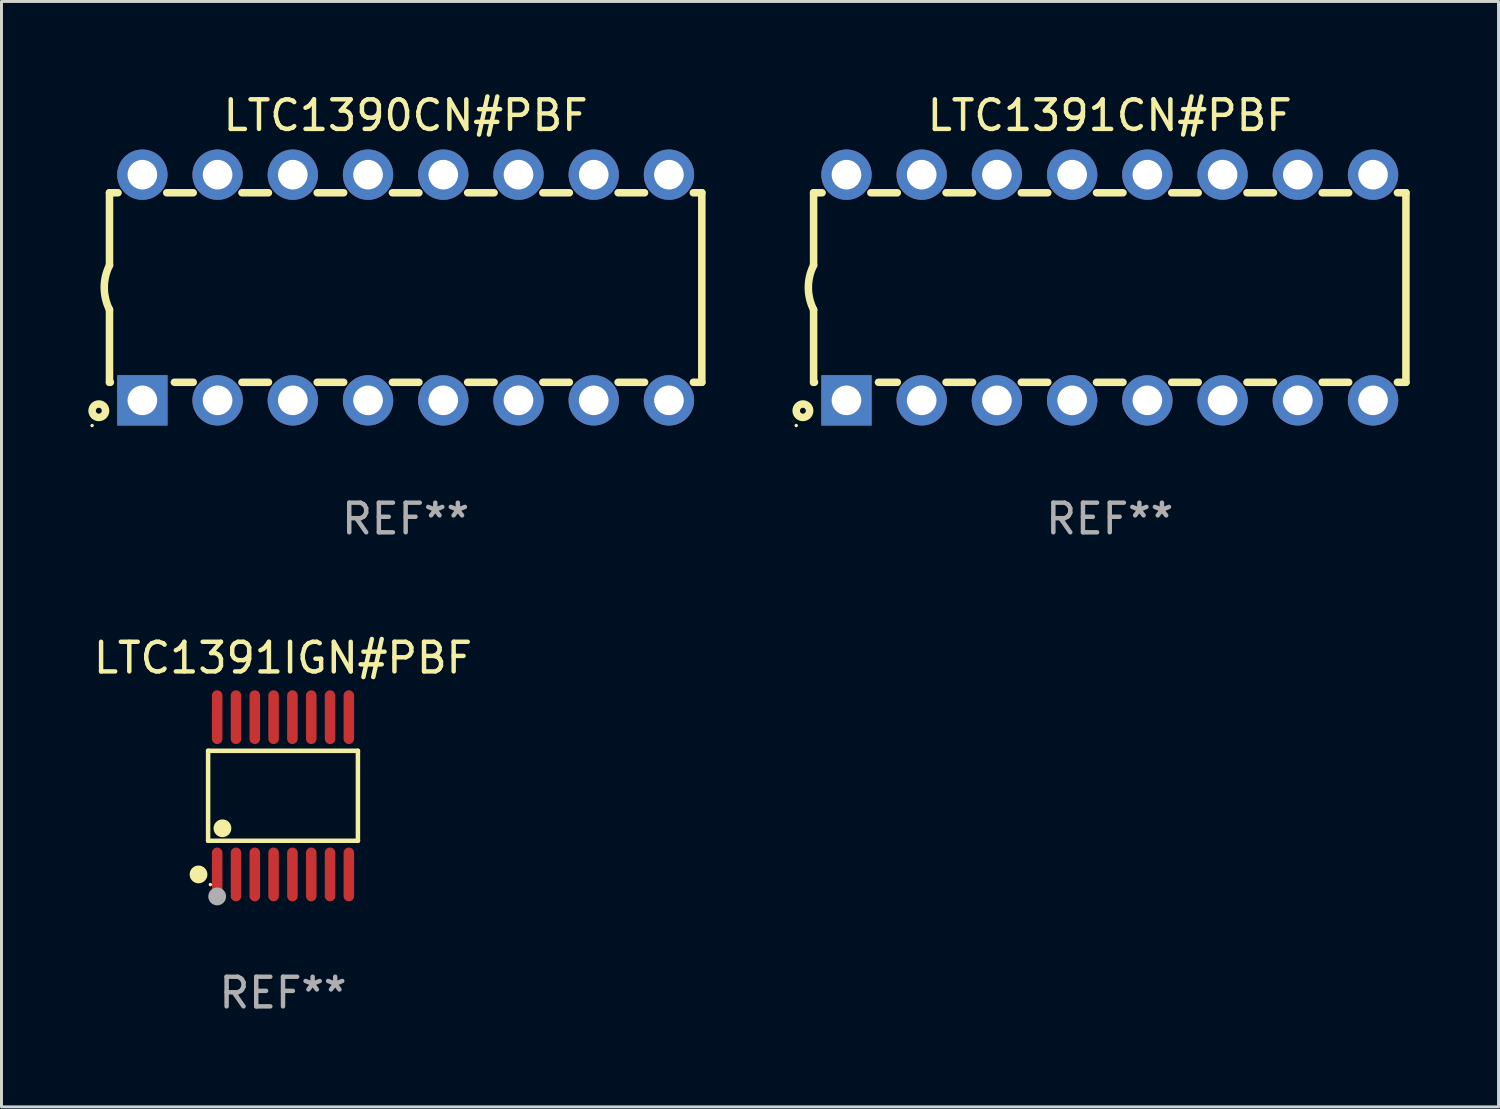
<source format=kicad_pcb>
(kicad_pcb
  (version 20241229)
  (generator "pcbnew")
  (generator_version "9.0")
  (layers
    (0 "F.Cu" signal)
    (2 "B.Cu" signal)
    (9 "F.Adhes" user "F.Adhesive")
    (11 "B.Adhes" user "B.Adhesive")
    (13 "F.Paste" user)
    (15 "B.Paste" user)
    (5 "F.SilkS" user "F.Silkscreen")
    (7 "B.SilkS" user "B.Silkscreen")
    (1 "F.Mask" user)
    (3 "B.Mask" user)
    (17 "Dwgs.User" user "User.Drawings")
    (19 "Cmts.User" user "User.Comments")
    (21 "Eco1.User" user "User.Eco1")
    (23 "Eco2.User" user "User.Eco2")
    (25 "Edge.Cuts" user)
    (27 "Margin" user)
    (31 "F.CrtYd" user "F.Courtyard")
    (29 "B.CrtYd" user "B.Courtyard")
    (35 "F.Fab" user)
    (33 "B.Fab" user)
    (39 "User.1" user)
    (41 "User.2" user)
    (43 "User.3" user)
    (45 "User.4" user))
  (footprint "LTC1390CN#PBF"
    (layer "F.Cu")
    (at 10.647 6.658)
    (property "Reference" "LTC1390CN#PBF" (at 0 -5.81 0) (layer "F.SilkS") (effects (font (size 1 1) (thickness 0.15))))
    (attr through_hole)
    (fp_line (start -10 -3.2) (end -10 -0.75) (stroke (width 0.254) (type solid)) (layer "F.SilkS"))
    (fp_line (start -10 -3.2) (end -9.713 -3.2) (stroke (width 0.254) (type solid)) (layer "F.SilkS"))
    (fp_line (start -10 3.2) (end -10 0.75) (stroke (width 0.254) (type solid)) (layer "F.SilkS"))
    (fp_line (start -10 3.2) (end -9.971 3.2) (stroke (width 0.254) (type solid)) (layer "F.SilkS"))
    (fp_line (start -8.067 -3.2) (end -7.173 -3.2) (stroke (width 0.254) (type solid)) (layer "F.SilkS"))
    (fp_line (start -7.809 3.2) (end -7.173 3.2) (stroke (width 0.254) (type solid)) (layer "F.SilkS"))
    (fp_line (start -5.527 3.2) (end -4.633 3.2) (stroke (width 0.254) (type solid)) (layer "F.SilkS"))
    (fp_line (start -5.527 -3.2) (end -4.633 -3.2) (stroke (width 0.254) (type solid)) (layer "F.SilkS"))
    (fp_line (start -2.987 3.2) (end -2.093 3.2) (stroke (width 0.254) (type solid)) (layer "F.SilkS"))
    (fp_line (start -2.987 -3.2) (end -2.093 -3.2) (stroke (width 0.254) (type solid)) (layer "F.SilkS"))
    (fp_line (start -0.447 3.2) (end 0.447 3.2) (stroke (width 0.254) (type solid)) (layer "F.SilkS"))
    (fp_line (start -0.447 -3.2) (end 0.447 -3.2) (stroke (width 0.254) (type solid)) (layer "F.SilkS"))
    (fp_line (start 2.093 3.2) (end 2.987 3.2) (stroke (width 0.254) (type solid)) (layer "F.SilkS"))
    (fp_line (start 2.093 -3.2) (end 2.987 -3.2) (stroke (width 0.254) (type solid)) (layer "F.SilkS"))
    (fp_line (start 4.633 3.2) (end 5.527 3.2) (stroke (width 0.254) (type solid)) (layer "F.SilkS"))
    (fp_line (start 4.633 -3.2) (end 5.527 -3.2) (stroke (width 0.254) (type solid)) (layer "F.SilkS"))
    (fp_line (start 7.173 3.2) (end 8.067 3.2) (stroke (width 0.254) (type solid)) (layer "F.SilkS"))
    (fp_line (start 7.173 -3.2) (end 8.067 -3.2) (stroke (width 0.254) (type solid)) (layer "F.SilkS"))
    (fp_line (start 9.713 3.2) (end 10 3.2) (stroke (width 0.254) (type solid)) (layer "F.SilkS"))
    (fp_line (start 9.713 -3.2) (end 10 -3.2) (stroke (width 0.254) (type solid)) (layer "F.SilkS"))
    (fp_line (start 10 -3.2) (end 10 3.2) (stroke (width 0.254) (type solid)) (layer "F.SilkS"))
    (fp_arc (start -10 0.748793) (mid -10.176918 -0.000607) (end -10.000025 -0.750013) (stroke (width 0.254001) (type solid)) (layer "F.SilkS"))
    (fp_circle (center -10.587 4.66) (end -10.557 4.66) (stroke (width 0.06) (type solid)) (fill no) (layer "F.SilkS"))
    (fp_circle (center -10.36 4.16) (end -10.26 4.16) (stroke (width 0.254) (type solid)) (fill no) (layer "F.SilkS"))
    (fp_text user "REF**" (at 0 7.81 0) (layer "F.Fab") (effects (font (size 1 1) (thickness 0.15))))
    (pad "1" thru_hole rect (at -8.89 3.81 90) (size 1.7 1.7) (drill 1) (layers "*.Cu" "*.Mask"))
    (pad "2" thru_hole circle (at -6.35 3.81) (size 1.7 1.7) (drill 1) (layers "*.Cu" "*.Mask"))
    (pad "3" thru_hole circle (at -3.81 3.81) (size 1.7 1.7) (drill 1) (layers "*.Cu" "*.Mask"))
    (pad "4" thru_hole circle (at -1.27 3.81) (size 1.7 1.7) (drill 1) (layers "*.Cu" "*.Mask"))
    (pad "5" thru_hole circle (at 1.27 3.81) (size 1.7 1.7) (drill 1) (layers "*.Cu" "*.Mask"))
    (pad "6" thru_hole circle (at 3.81 3.81) (size 1.7 1.7) (drill 1) (layers "*.Cu" "*.Mask"))
    (pad "7" thru_hole circle (at 6.35 3.81) (size 1.7 1.7) (drill 1) (layers "*.Cu" "*.Mask"))
    (pad "8" thru_hole circle (at 8.89 3.81) (size 1.7 1.7) (drill 1) (layers "*.Cu" "*.Mask"))
    (pad "9" thru_hole circle (at 8.89 -3.81) (size 1.7 1.7) (drill 1) (layers "*.Cu" "*.Mask"))
    (pad "10" thru_hole circle (at 6.35 -3.81) (size 1.7 1.7) (drill 1) (layers "*.Cu" "*.Mask"))
    (pad "11" thru_hole circle (at 3.81 -3.81) (size 1.7 1.7) (drill 1) (layers "*.Cu" "*.Mask"))
    (pad "12" thru_hole circle (at 1.27 -3.81) (size 1.7 1.7) (drill 1) (layers "*.Cu" "*.Mask"))
    (pad "13" thru_hole circle (at -1.27 -3.81) (size 1.7 1.7) (drill 1) (layers "*.Cu" "*.Mask"))
    (pad "14" thru_hole circle (at -3.81 -3.81) (size 1.7 1.7) (drill 1) (layers "*.Cu" "*.Mask"))
    (pad "15" thru_hole circle (at -6.35 -3.81) (size 1.7 1.7) (drill 1) (layers "*.Cu" "*.Mask"))
    (pad "16" thru_hole circle (at -8.89 -3.81) (size 1.7 1.7) (drill 1) (layers "*.Cu" "*.Mask")))
  (footprint "LTC1391CN#PBF"
    (layer "F.Cu")
    (at 34.421 6.658)
    (property "Reference" "LTC1391CN#PBF" (at 0 -5.81 0) (layer "F.SilkS") (effects (font (size 1 1) (thickness 0.15))))
    (attr through_hole)
    (fp_line (start -10 -3.2) (end -10 -0.75) (stroke (width 0.254) (type solid)) (layer "F.SilkS"))
    (fp_line (start -10 -3.2) (end -9.713 -3.2) (stroke (width 0.254) (type solid)) (layer "F.SilkS"))
    (fp_line (start -10 3.2) (end -10 0.75) (stroke (width 0.254) (type solid)) (layer "F.SilkS"))
    (fp_line (start -10 3.2) (end -9.971 3.2) (stroke (width 0.254) (type solid)) (layer "F.SilkS"))
    (fp_line (start -8.067 -3.2) (end -7.173 -3.2) (stroke (width 0.254) (type solid)) (layer "F.SilkS"))
    (fp_line (start -7.809 3.2) (end -7.173 3.2) (stroke (width 0.254) (type solid)) (layer "F.SilkS"))
    (fp_line (start -5.527 3.2) (end -4.633 3.2) (stroke (width 0.254) (type solid)) (layer "F.SilkS"))
    (fp_line (start -5.527 -3.2) (end -4.633 -3.2) (stroke (width 0.254) (type solid)) (layer "F.SilkS"))
    (fp_line (start -2.987 3.2) (end -2.093 3.2) (stroke (width 0.254) (type solid)) (layer "F.SilkS"))
    (fp_line (start -2.987 -3.2) (end -2.093 -3.2) (stroke (width 0.254) (type solid)) (layer "F.SilkS"))
    (fp_line (start -0.447 3.2) (end 0.447 3.2) (stroke (width 0.254) (type solid)) (layer "F.SilkS"))
    (fp_line (start -0.447 -3.2) (end 0.447 -3.2) (stroke (width 0.254) (type solid)) (layer "F.SilkS"))
    (fp_line (start 2.093 3.2) (end 2.987 3.2) (stroke (width 0.254) (type solid)) (layer "F.SilkS"))
    (fp_line (start 2.093 -3.2) (end 2.987 -3.2) (stroke (width 0.254) (type solid)) (layer "F.SilkS"))
    (fp_line (start 4.633 3.2) (end 5.527 3.2) (stroke (width 0.254) (type solid)) (layer "F.SilkS"))
    (fp_line (start 4.633 -3.2) (end 5.527 -3.2) (stroke (width 0.254) (type solid)) (layer "F.SilkS"))
    (fp_line (start 7.173 3.2) (end 8.067 3.2) (stroke (width 0.254) (type solid)) (layer "F.SilkS"))
    (fp_line (start 7.173 -3.2) (end 8.067 -3.2) (stroke (width 0.254) (type solid)) (layer "F.SilkS"))
    (fp_line (start 9.713 3.2) (end 10 3.2) (stroke (width 0.254) (type solid)) (layer "F.SilkS"))
    (fp_line (start 9.713 -3.2) (end 10 -3.2) (stroke (width 0.254) (type solid)) (layer "F.SilkS"))
    (fp_line (start 10 -3.2) (end 10 3.2) (stroke (width 0.254) (type solid)) (layer "F.SilkS"))
    (fp_arc (start -10 0.748793) (mid -10.176918 -0.000607) (end -10.000025 -0.750013) (stroke (width 0.254001) (type solid)) (layer "F.SilkS"))
    (fp_circle (center -10.587 4.66) (end -10.557 4.66) (stroke (width 0.06) (type solid)) (fill no) (layer "F.SilkS"))
    (fp_circle (center -10.36 4.16) (end -10.26 4.16) (stroke (width 0.254) (type solid)) (fill no) (layer "F.SilkS"))
    (fp_text user "REF**" (at 0 7.81 0) (layer "F.Fab") (effects (font (size 1 1) (thickness 0.15))))
    (pad "1" thru_hole rect (at -8.89 3.81 90) (size 1.7 1.7) (drill 1) (layers "*.Cu" "*.Mask"))
    (pad "2" thru_hole circle (at -6.35 3.81) (size 1.7 1.7) (drill 1) (layers "*.Cu" "*.Mask"))
    (pad "3" thru_hole circle (at -3.81 3.81) (size 1.7 1.7) (drill 1) (layers "*.Cu" "*.Mask"))
    (pad "4" thru_hole circle (at -1.27 3.81) (size 1.7 1.7) (drill 1) (layers "*.Cu" "*.Mask"))
    (pad "5" thru_hole circle (at 1.27 3.81) (size 1.7 1.7) (drill 1) (layers "*.Cu" "*.Mask"))
    (pad "6" thru_hole circle (at 3.81 3.81) (size 1.7 1.7) (drill 1) (layers "*.Cu" "*.Mask"))
    (pad "7" thru_hole circle (at 6.35 3.81) (size 1.7 1.7) (drill 1) (layers "*.Cu" "*.Mask"))
    (pad "8" thru_hole circle (at 8.89 3.81) (size 1.7 1.7) (drill 1) (layers "*.Cu" "*.Mask"))
    (pad "9" thru_hole circle (at 8.89 -3.81) (size 1.7 1.7) (drill 1) (layers "*.Cu" "*.Mask"))
    (pad "10" thru_hole circle (at 6.35 -3.81) (size 1.7 1.7) (drill 1) (layers "*.Cu" "*.Mask"))
    (pad "11" thru_hole circle (at 3.81 -3.81) (size 1.7 1.7) (drill 1) (layers "*.Cu" "*.Mask"))
    (pad "12" thru_hole circle (at 1.27 -3.81) (size 1.7 1.7) (drill 1) (layers "*.Cu" "*.Mask"))
    (pad "13" thru_hole circle (at -1.27 -3.81) (size 1.7 1.7) (drill 1) (layers "*.Cu" "*.Mask"))
    (pad "14" thru_hole circle (at -3.81 -3.81) (size 1.7 1.7) (drill 1) (layers "*.Cu" "*.Mask"))
    (pad "15" thru_hole circle (at -6.35 -3.81) (size 1.7 1.7) (drill 1) (layers "*.Cu" "*.Mask"))
    (pad "16" thru_hole circle (at -8.89 -3.81) (size 1.7 1.7) (drill 1) (layers "*.Cu" "*.Mask")))
  (footprint "LTC1391IGN#PBF"
    (layer "F.Cu")
    (at 6.506 23.82)
    (property "Reference" "LTC1391IGN#PBF" (at 0 -4.655 0) (layer "F.SilkS") (effects (font (size 1 1) (thickness 0.15))))
    (attr through_hole)
    (fp_line (start -2.529 -1.519) (end 2.529 -1.519) (stroke (width 0.152) (type solid)) (layer "F.SilkS"))
    (fp_line (start -2.529 1.519) (end -2.529 -1.519) (stroke (width 0.152) (type solid)) (layer "F.SilkS"))
    (fp_line (start 2.529 -1.519) (end 2.529 1.519) (stroke (width 0.152) (type solid)) (layer "F.SilkS"))
    (fp_line (start 2.529 1.519) (end -2.529 1.519) (stroke (width 0.152) (type solid)) (layer "F.SilkS"))
    (fp_circle (center -2.853 2.655) (end -2.703 2.655) (stroke (width 0.3) (type solid)) (fill no) (layer "F.SilkS"))
    (fp_circle (center -2.453 2.998) (end -2.423 2.998) (stroke (width 0.06) (type solid)) (fill no) (layer "F.SilkS"))
    (fp_circle (center -2.045 1.097) (end -1.895 1.097) (stroke (width 0.3) (type solid)) (fill no) (layer "F.SilkS"))
    (fp_circle (center -2.223 3.398) (end -2.072 3.398) (stroke (width 0.3) (type solid)) (fill no) (layer "F.Fab"))
    (fp_text user "REF**" (at 0 6.655 0) (layer "F.Fab") (effects (font (size 1 1) (thickness 0.15))))
    (pad "1" smd oval (at -2.223 2.655) (size 0.356 1.815) (layers "F.Cu" "F.Mask" "F.Paste"))
    (pad "2" smd oval (at -1.588 2.655) (size 0.356 1.815) (layers "F.Cu" "F.Mask" "F.Paste"))
    (pad "3" smd oval (at -0.953 2.655) (size 0.356 1.815) (layers "F.Cu" "F.Mask" "F.Paste"))
    (pad "4" smd oval (at -0.318 2.655) (size 0.356 1.815) (layers "F.Cu" "F.Mask" "F.Paste"))
    (pad "5" smd oval (at 0.318 2.655) (size 0.356 1.815) (layers "F.Cu" "F.Mask" "F.Paste"))
    (pad "6" smd oval (at 0.953 2.655) (size 0.356 1.815) (layers "F.Cu" "F.Mask" "F.Paste"))
    (pad "7" smd oval (at 1.588 2.655) (size 0.356 1.815) (layers "F.Cu" "F.Mask" "F.Paste"))
    (pad "8" smd oval (at 2.223 2.655) (size 0.356 1.815) (layers "F.Cu" "F.Mask" "F.Paste"))
    (pad "9" smd oval (at 2.223 -2.655) (size 0.356 1.815) (layers "F.Cu" "F.Mask" "F.Paste"))
    (pad "10" smd oval (at 1.588 -2.655) (size 0.356 1.815) (layers "F.Cu" "F.Mask" "F.Paste"))
    (pad "11" smd oval (at 0.953 -2.655) (size 0.356 1.815) (layers "F.Cu" "F.Mask" "F.Paste"))
    (pad "12" smd oval (at 0.318 -2.655) (size 0.356 1.815) (layers "F.Cu" "F.Mask" "F.Paste"))
    (pad "13" smd oval (at -0.318 -2.655) (size 0.356 1.815) (layers "F.Cu" "F.Mask" "F.Paste"))
    (pad "14" smd oval (at -0.953 -2.655) (size 0.356 1.815) (layers "F.Cu" "F.Mask" "F.Paste"))
    (pad "15" smd oval (at -1.588 -2.655) (size 0.356 1.815) (layers "F.Cu" "F.Mask" "F.Paste"))
    (pad "16" smd oval (at -2.223 -2.655) (size 0.356 1.815) (layers "F.Cu" "F.Mask" "F.Paste")))
  (gr_rect
    (start -3 -3)
    (end 47.548 34.323)
    (stroke (width 0.1) (type default))
    (fill no)
    (layer "Edge.Cuts")))
</source>
